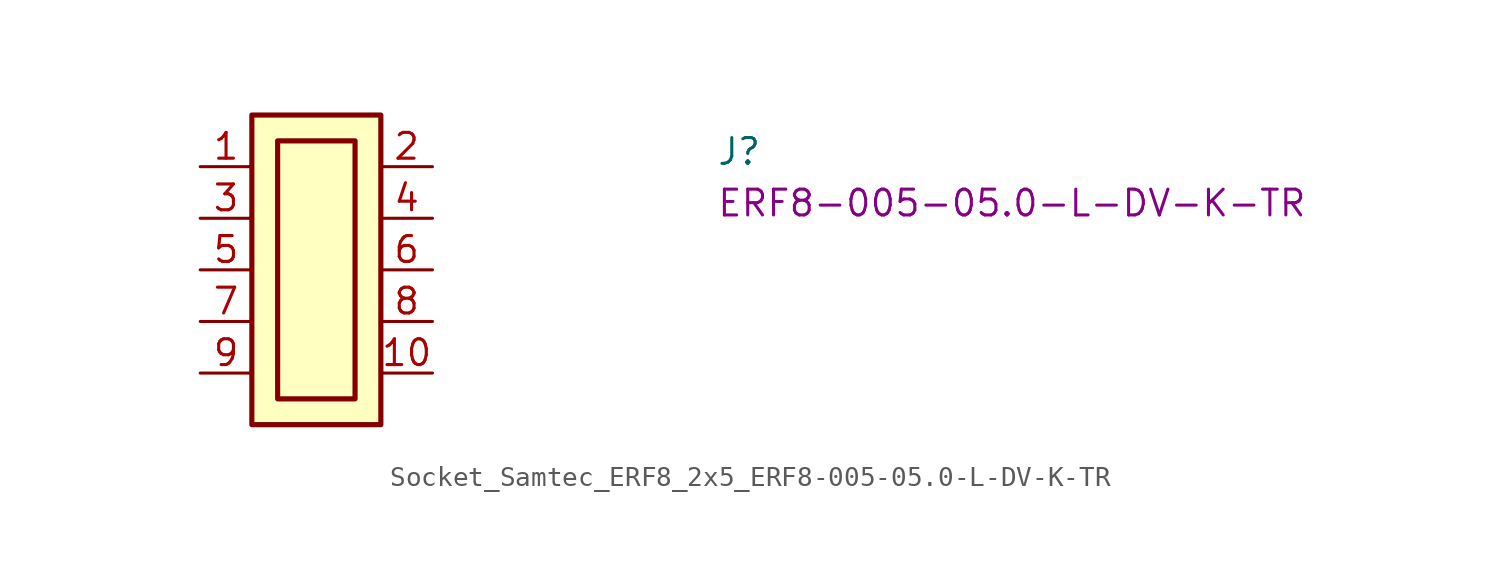
<source format=kicad_sym>
(kicad_symbol_lib
  (version 20220914)
  (generator kicad_symbol_editor)
  (symbol "Socket_Samtec_ERF8_2x5_ERF8-005-05.0-L-DV-K-TR"
    (pin_names hide)
    (property "Reference" "J"
      (at 25.4 0 0)
      (effects (font (size 1.27 1.27) (thickness 0.15)) (justify left bottom)))
    (property "MPN" "ERF8-005-05.0-L-DV-K-TR"
      (at 25.4 -2.54 0)
      (effects (font (size 1.27 1.27) (thickness 0.15)) (justify left bottom)))
    (symbol "Socket_Samtec_ERF8_2x5_ERF8-005-05.0-L-DV-K-TR_1_1"
      (rectangle (start 2.54 2.54) (end 8.89 -12.7) (stroke (width 0.254) (type default)) (fill (type background)))
      (rectangle (start 3.81 1.27) (end 7.62 -11.43) (stroke (width 0.254) (type default)) (fill (type background)))
      (pin passive line (at 0 0 0) (length 2.54) (name "~" (effects (font (size 1.27 1.27)))) (number "1" (effects (font (size 1.27 1.27)))))
      (pin passive line (at 11.43 -10.16 180) (length 2.54) (name "~" (effects (font (size 1.27 1.27)))) (number "10" (effects (font (size 1.27 1.27)))))
      (pin passive line (at 11.43 0 180) (length 2.54) (name "~" (effects (font (size 1.27 1.27)))) (number "2" (effects (font (size 1.27 1.27)))))
      (pin passive line (at 0 -2.54 0) (length 2.54) (name "~" (effects (font (size 1.27 1.27)))) (number "3" (effects (font (size 1.27 1.27)))))
      (pin passive line (at 11.43 -2.54 180) (length 2.54) (name "~" (effects (font (size 1.27 1.27)))) (number "4" (effects (font (size 1.27 1.27)))))
      (pin passive line (at 0 -5.08 0) (length 2.54) (name "~" (effects (font (size 1.27 1.27)))) (number "5" (effects (font (size 1.27 1.27)))))
      (pin passive line (at 11.43 -5.08 180) (length 2.54) (name "~" (effects (font (size 1.27 1.27)))) (number "6" (effects (font (size 1.27 1.27)))))
      (pin passive line (at 0 -7.62 0) (length 2.54) (name "~" (effects (font (size 1.27 1.27)))) (number "7" (effects (font (size 1.27 1.27)))))
      (pin passive line (at 11.43 -7.62 180) (length 2.54) (name "~" (effects (font (size 1.27 1.27)))) (number "8" (effects (font (size 1.27 1.27)))))
      (pin passive line (at 0 -10.16 0) (length 2.54) (name "~" (effects (font (size 1.27 1.27)))) (number "9" (effects (font (size 1.27 1.27))))))))
</source>
